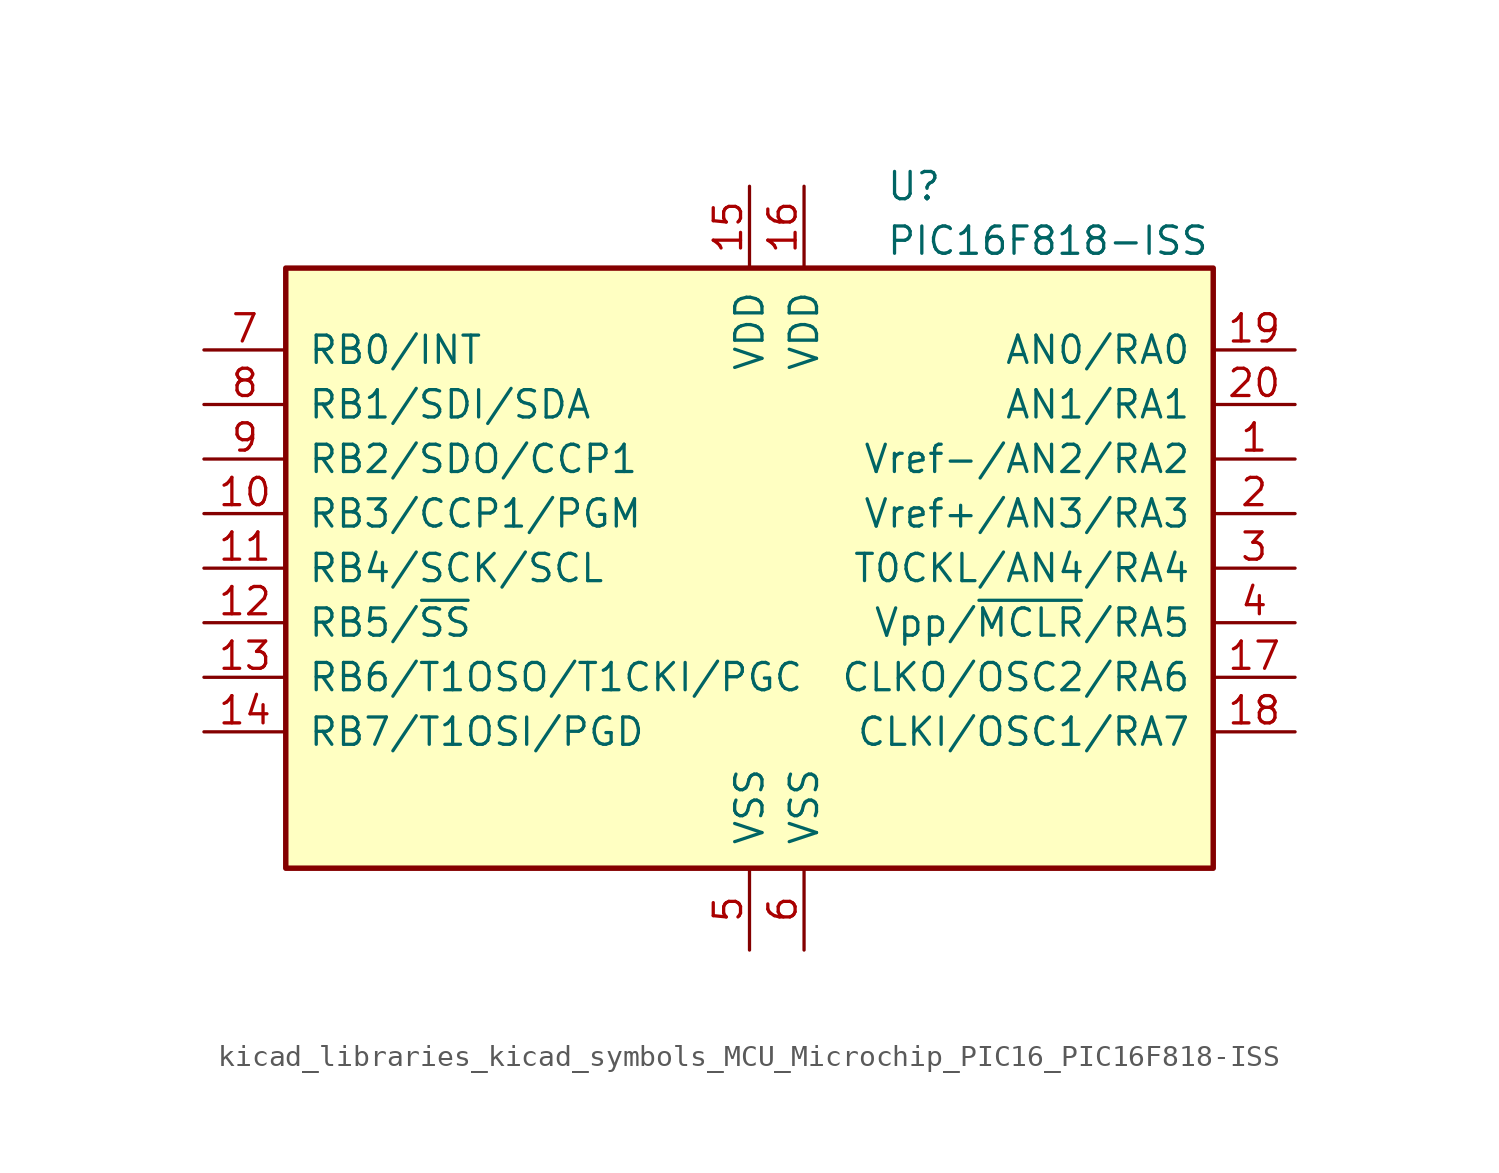
<source format=kicad_sym>
(kicad_symbol_lib
  (version 20220914)
  (generator kicad_symbol_editor)
  (symbol "kicad_libraries_kicad_symbols_MCU_Microchip_PIC16_PIC16F818-ISS"
    (pin_names
      (offset 1.016))
    (property "Reference" "U"
      (at 6.35 17.78 0)
      (effects (font (size 1.27 1.27)) (justify left)))
    (property "Value" "PIC16F818-ISS"
      (at 6.35 15.24 0)
      (effects (font (size 1.27 1.27)) (justify left)))
    (symbol "kicad_libraries_kicad_symbols_MCU_Microchip_PIC16_PIC16F818-ISS_0_1"
      (rectangle (start -21.59 13.97) (end 21.59 -13.97) (stroke (width 0.254) (type default)) (fill (type background))))
    (symbol "kicad_libraries_kicad_symbols_MCU_Microchip_PIC16_PIC16F818-ISS_1_1"
      (pin bidirectional line (at 25.4 5.08 180) (length 3.81) (name "Vref-/AN2/RA2" (effects (font (size 1.27 1.27)))) (number "1" (effects (font (size 1.27 1.27)))))
      (pin bidirectional line (at -25.4 2.54 0) (length 3.81) (name "RB3/CCP1/PGM" (effects (font (size 1.27 1.27)))) (number "10" (effects (font (size 1.27 1.27)))))
      (pin bidirectional line (at -25.4 0 0) (length 3.81) (name "RB4/SCK/SCL" (effects (font (size 1.27 1.27)))) (number "11" (effects (font (size 1.27 1.27)))))
      (pin bidirectional line (at -25.4 -2.54 0) (length 3.81) (name "RB5/~{SS}" (effects (font (size 1.27 1.27)))) (number "12" (effects (font (size 1.27 1.27)))))
      (pin bidirectional line (at -25.4 -5.08 0) (length 3.81) (name "RB6/T1OSO/T1CKI/PGC" (effects (font (size 1.27 1.27)))) (number "13" (effects (font (size 1.27 1.27)))))
      (pin bidirectional line (at -25.4 -7.62 0) (length 3.81) (name "RB7/T1OSI/PGD" (effects (font (size 1.27 1.27)))) (number "14" (effects (font (size 1.27 1.27)))))
      (pin power_in line (at 0 17.78 270) (length 3.81) (name "VDD" (effects (font (size 1.27 1.27)))) (number "15" (effects (font (size 1.27 1.27)))))
      (pin power_in line (at 2.54 17.78 270) (length 3.81) (name "VDD" (effects (font (size 1.27 1.27)))) (number "16" (effects (font (size 1.27 1.27)))))
      (pin bidirectional line (at 25.4 -5.08 180) (length 3.81) (name "CLKO/OSC2/RA6" (effects (font (size 1.27 1.27)))) (number "17" (effects (font (size 1.27 1.27)))))
      (pin bidirectional line (at 25.4 -7.62 180) (length 3.81) (name "CLKI/OSC1/RA7" (effects (font (size 1.27 1.27)))) (number "18" (effects (font (size 1.27 1.27)))))
      (pin bidirectional line (at 25.4 10.16 180) (length 3.81) (name "AN0/RA0" (effects (font (size 1.27 1.27)))) (number "19" (effects (font (size 1.27 1.27)))))
      (pin bidirectional line (at 25.4 2.54 180) (length 3.81) (name "Vref+/AN3/RA3" (effects (font (size 1.27 1.27)))) (number "2" (effects (font (size 1.27 1.27)))))
      (pin bidirectional line (at 25.4 7.62 180) (length 3.81) (name "AN1/RA1" (effects (font (size 1.27 1.27)))) (number "20" (effects (font (size 1.27 1.27)))))
      (pin bidirectional line (at 25.4 0 180) (length 3.81) (name "T0CKL/AN4/RA4" (effects (font (size 1.27 1.27)))) (number "3" (effects (font (size 1.27 1.27)))))
      (pin input line (at 25.4 -2.54 180) (length 3.81) (name "Vpp/~{MCLR}/RA5" (effects (font (size 1.27 1.27)))) (number "4" (effects (font (size 1.27 1.27)))))
      (pin power_in line (at 0 -17.78 90) (length 3.81) (name "VSS" (effects (font (size 1.27 1.27)))) (number "5" (effects (font (size 1.27 1.27)))))
      (pin power_in line (at 2.54 -17.78 90) (length 3.81) (name "VSS" (effects (font (size 1.27 1.27)))) (number "6" (effects (font (size 1.27 1.27)))))
      (pin bidirectional line (at -25.4 10.16 0) (length 3.81) (name "RB0/INT" (effects (font (size 1.27 1.27)))) (number "7" (effects (font (size 1.27 1.27)))))
      (pin bidirectional line (at -25.4 7.62 0) (length 3.81) (name "RB1/SDI/SDA" (effects (font (size 1.27 1.27)))) (number "8" (effects (font (size 1.27 1.27)))))
      (pin bidirectional line (at -25.4 5.08 0) (length 3.81) (name "RB2/SDO/CCP1" (effects (font (size 1.27 1.27)))) (number "9" (effects (font (size 1.27 1.27))))))))
</source>
